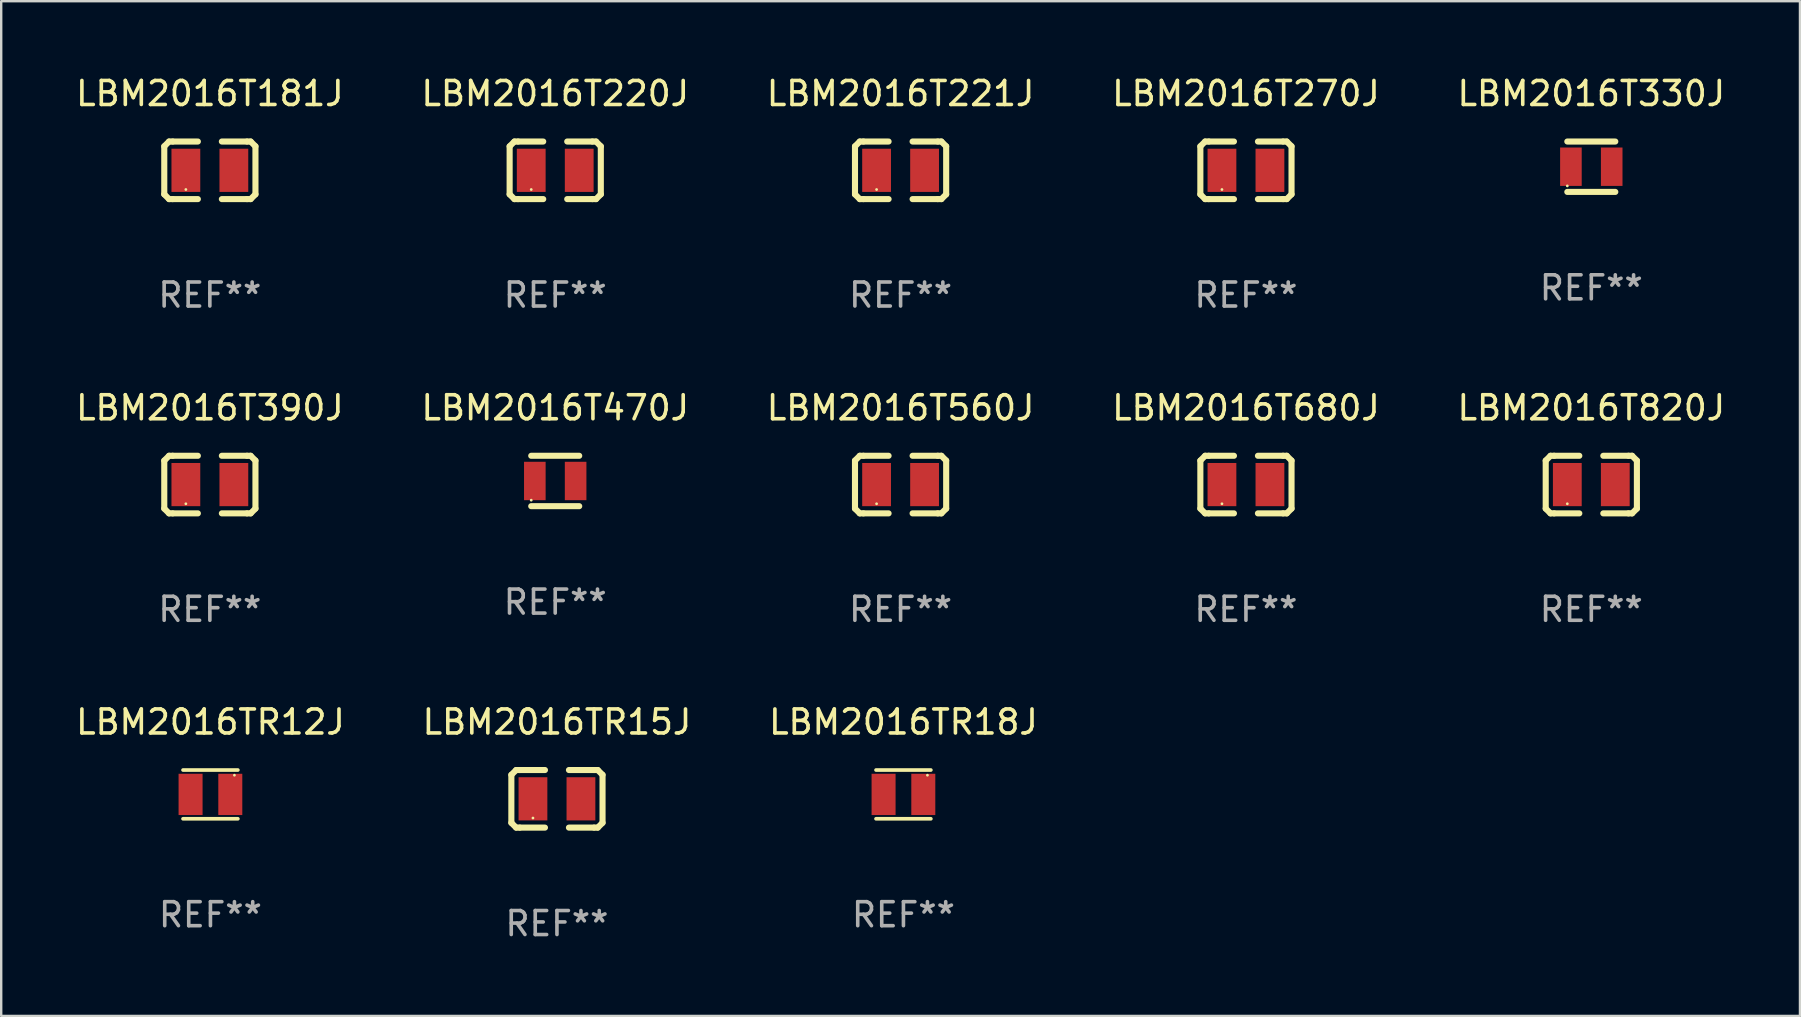
<source format=kicad_pcb>
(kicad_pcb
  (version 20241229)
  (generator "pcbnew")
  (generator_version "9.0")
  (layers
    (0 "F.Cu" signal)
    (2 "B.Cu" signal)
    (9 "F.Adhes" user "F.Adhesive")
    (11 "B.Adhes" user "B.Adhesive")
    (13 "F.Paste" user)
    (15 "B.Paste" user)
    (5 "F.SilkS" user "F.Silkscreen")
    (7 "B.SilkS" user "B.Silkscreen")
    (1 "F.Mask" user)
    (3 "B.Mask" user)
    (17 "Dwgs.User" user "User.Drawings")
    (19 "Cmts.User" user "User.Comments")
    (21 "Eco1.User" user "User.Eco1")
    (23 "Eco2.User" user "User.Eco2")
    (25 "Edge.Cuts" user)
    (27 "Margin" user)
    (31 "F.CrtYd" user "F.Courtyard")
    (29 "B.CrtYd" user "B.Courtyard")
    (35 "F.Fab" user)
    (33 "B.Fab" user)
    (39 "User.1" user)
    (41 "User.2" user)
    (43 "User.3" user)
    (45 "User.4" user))
  (footprint "LBM2016T181J"
    (layer "F.Cu")
    (at 5.696 4.048)
    (property "Reference" "LBM2016T181J" (at 0 -3.2 0) (layer "F.SilkS") (effects (font (size 1 1) (thickness 0.15))))
    (attr through_hole)
    (fp_line (start -1.9 -1) (end -1.9 1) (stroke (width 0.254) (type solid)) (layer "F.SilkS"))
    (fp_line (start -1.7 -1.2) (end -1.9 -1) (stroke (width 0.254) (type solid)) (layer "F.SilkS"))
    (fp_line (start -1.7 1.2) (end -1.9 1) (stroke (width 0.254) (type solid)) (layer "F.SilkS"))
    (fp_line (start -1.55 -1.2) (end -1.7 -1.2) (stroke (width 0.254) (type solid)) (layer "F.SilkS"))
    (fp_line (start -1.55 1.2) (end -1.7 1.2) (stroke (width 0.254) (type solid)) (layer "F.SilkS"))
    (fp_line (start -0.5 -1.2) (end -1.55 -1.2) (stroke (width 0.254) (type solid)) (layer "F.SilkS"))
    (fp_line (start -0.5 1.2) (end -1.55 1.2) (stroke (width 0.254) (type solid)) (layer "F.SilkS"))
    (fp_line (start 0.5 -1.2) (end 1.55 -1.2) (stroke (width 0.254) (type solid)) (layer "F.SilkS"))
    (fp_line (start 0.5 1.2) (end 1.55 1.2) (stroke (width 0.254) (type solid)) (layer "F.SilkS"))
    (fp_line (start 1.55 -1.2) (end 1.7 -1.2) (stroke (width 0.254) (type solid)) (layer "F.SilkS"))
    (fp_line (start 1.55 1.2) (end 1.7 1.2) (stroke (width 0.254) (type solid)) (layer "F.SilkS"))
    (fp_line (start 1.7 -1.2) (end 1.9 -1) (stroke (width 0.254) (type solid)) (layer "F.SilkS"))
    (fp_line (start 1.7 1.2) (end 1.9 1) (stroke (width 0.254) (type solid)) (layer "F.SilkS"))
    (fp_line (start 1.9 -1) (end 1.9 1) (stroke (width 0.254) (type solid)) (layer "F.SilkS"))
    (fp_circle (center -1 0.8) (end -0.97 0.8) (stroke (width 0.06) (type solid)) (fill no) (layer "F.SilkS"))
    (fp_text user "REF**" (at 0 5.2 0) (layer "F.Fab") (effects (font (size 1 1) (thickness 0.15))))
    (pad "1" smd rect (at -1 0) (size 1.2 1.8) (layers "F.Cu" "F.Mask" "F.Paste"))
    (pad "2" smd rect (at 1 0) (size 1.2 1.8) (layers "F.Cu" "F.Mask" "F.Paste")))
  (footprint "LBM2016TR15J"
    (layer "F.Cu")
    (at 20.161 30.241)
    (property "Reference" "LBM2016TR15J" (at 0 -3.2 0) (layer "F.SilkS") (effects (font (size 1 1) (thickness 0.15))))
    (attr through_hole)
    (fp_line (start -1.9 -1) (end -1.9 1) (stroke (width 0.254) (type solid)) (layer "F.SilkS"))
    (fp_line (start -1.7 -1.2) (end -1.9 -1) (stroke (width 0.254) (type solid)) (layer "F.SilkS"))
    (fp_line (start -1.7 1.2) (end -1.9 1) (stroke (width 0.254) (type solid)) (layer "F.SilkS"))
    (fp_line (start -1.55 -1.2) (end -1.7 -1.2) (stroke (width 0.254) (type solid)) (layer "F.SilkS"))
    (fp_line (start -1.55 1.2) (end -1.7 1.2) (stroke (width 0.254) (type solid)) (layer "F.SilkS"))
    (fp_line (start -0.5 -1.2) (end -1.55 -1.2) (stroke (width 0.254) (type solid)) (layer "F.SilkS"))
    (fp_line (start -0.5 1.2) (end -1.55 1.2) (stroke (width 0.254) (type solid)) (layer "F.SilkS"))
    (fp_line (start 0.5 -1.2) (end 1.55 -1.2) (stroke (width 0.254) (type solid)) (layer "F.SilkS"))
    (fp_line (start 0.5 1.2) (end 1.55 1.2) (stroke (width 0.254) (type solid)) (layer "F.SilkS"))
    (fp_line (start 1.55 -1.2) (end 1.7 -1.2) (stroke (width 0.254) (type solid)) (layer "F.SilkS"))
    (fp_line (start 1.55 1.2) (end 1.7 1.2) (stroke (width 0.254) (type solid)) (layer "F.SilkS"))
    (fp_line (start 1.7 -1.2) (end 1.9 -1) (stroke (width 0.254) (type solid)) (layer "F.SilkS"))
    (fp_line (start 1.7 1.2) (end 1.9 1) (stroke (width 0.254) (type solid)) (layer "F.SilkS"))
    (fp_line (start 1.9 -1) (end 1.9 1) (stroke (width 0.254) (type solid)) (layer "F.SilkS"))
    (fp_circle (center -1 0.8) (end -0.97 0.8) (stroke (width 0.06) (type solid)) (fill no) (layer "F.SilkS"))
    (fp_text user "REF**" (at 0 5.2 0) (layer "F.Fab") (effects (font (size 1 1) (thickness 0.15))))
    (pad "1" smd rect (at -1 0) (size 1.2 1.8) (layers "F.Cu" "F.Mask" "F.Paste"))
    (pad "2" smd rect (at 1 0) (size 1.2 1.8) (layers "F.Cu" "F.Mask" "F.Paste")))
  (footprint "LBM2016T390J"
    (layer "F.Cu")
    (at 5.696 17.145)
    (property "Reference" "LBM2016T390J" (at 0 -3.2 0) (layer "F.SilkS") (effects (font (size 1 1) (thickness 0.15))))
    (attr through_hole)
    (fp_line (start -1.9 -1) (end -1.9 1) (stroke (width 0.254) (type solid)) (layer "F.SilkS"))
    (fp_line (start -1.7 -1.2) (end -1.9 -1) (stroke (width 0.254) (type solid)) (layer "F.SilkS"))
    (fp_line (start -1.7 1.2) (end -1.9 1) (stroke (width 0.254) (type solid)) (layer "F.SilkS"))
    (fp_line (start -1.55 -1.2) (end -1.7 -1.2) (stroke (width 0.254) (type solid)) (layer "F.SilkS"))
    (fp_line (start -1.55 1.2) (end -1.7 1.2) (stroke (width 0.254) (type solid)) (layer "F.SilkS"))
    (fp_line (start -0.5 -1.2) (end -1.55 -1.2) (stroke (width 0.254) (type solid)) (layer "F.SilkS"))
    (fp_line (start -0.5 1.2) (end -1.55 1.2) (stroke (width 0.254) (type solid)) (layer "F.SilkS"))
    (fp_line (start 0.5 -1.2) (end 1.55 -1.2) (stroke (width 0.254) (type solid)) (layer "F.SilkS"))
    (fp_line (start 0.5 1.2) (end 1.55 1.2) (stroke (width 0.254) (type solid)) (layer "F.SilkS"))
    (fp_line (start 1.55 -1.2) (end 1.7 -1.2) (stroke (width 0.254) (type solid)) (layer "F.SilkS"))
    (fp_line (start 1.55 1.2) (end 1.7 1.2) (stroke (width 0.254) (type solid)) (layer "F.SilkS"))
    (fp_line (start 1.7 -1.2) (end 1.9 -1) (stroke (width 0.254) (type solid)) (layer "F.SilkS"))
    (fp_line (start 1.7 1.2) (end 1.9 1) (stroke (width 0.254) (type solid)) (layer "F.SilkS"))
    (fp_line (start 1.9 -1) (end 1.9 1) (stroke (width 0.254) (type solid)) (layer "F.SilkS"))
    (fp_circle (center -1 0.8) (end -0.97 0.8) (stroke (width 0.06) (type solid)) (fill no) (layer "F.SilkS"))
    (fp_text user "REF**" (at 0 5.2 0) (layer "F.Fab") (effects (font (size 1 1) (thickness 0.15))))
    (pad "1" smd rect (at -1 0) (size 1.2 1.8) (layers "F.Cu" "F.Mask" "F.Paste"))
    (pad "2" smd rect (at 1 0) (size 1.2 1.8) (layers "F.Cu" "F.Mask" "F.Paste")))
  (footprint "LBM2016T560J"
    (layer "F.Cu")
    (at 34.482 17.145)
    (property "Reference" "LBM2016T560J" (at 0 -3.2 0) (layer "F.SilkS") (effects (font (size 1 1) (thickness 0.15))))
    (attr through_hole)
    (fp_line (start -1.9 -1) (end -1.9 1) (stroke (width 0.254) (type solid)) (layer "F.SilkS"))
    (fp_line (start -1.7 -1.2) (end -1.9 -1) (stroke (width 0.254) (type solid)) (layer "F.SilkS"))
    (fp_line (start -1.7 1.2) (end -1.9 1) (stroke (width 0.254) (type solid)) (layer "F.SilkS"))
    (fp_line (start -1.55 -1.2) (end -1.7 -1.2) (stroke (width 0.254) (type solid)) (layer "F.SilkS"))
    (fp_line (start -1.55 1.2) (end -1.7 1.2) (stroke (width 0.254) (type solid)) (layer "F.SilkS"))
    (fp_line (start -0.5 -1.2) (end -1.55 -1.2) (stroke (width 0.254) (type solid)) (layer "F.SilkS"))
    (fp_line (start -0.5 1.2) (end -1.55 1.2) (stroke (width 0.254) (type solid)) (layer "F.SilkS"))
    (fp_line (start 0.5 -1.2) (end 1.55 -1.2) (stroke (width 0.254) (type solid)) (layer "F.SilkS"))
    (fp_line (start 0.5 1.2) (end 1.55 1.2) (stroke (width 0.254) (type solid)) (layer "F.SilkS"))
    (fp_line (start 1.55 -1.2) (end 1.7 -1.2) (stroke (width 0.254) (type solid)) (layer "F.SilkS"))
    (fp_line (start 1.55 1.2) (end 1.7 1.2) (stroke (width 0.254) (type solid)) (layer "F.SilkS"))
    (fp_line (start 1.7 -1.2) (end 1.9 -1) (stroke (width 0.254) (type solid)) (layer "F.SilkS"))
    (fp_line (start 1.7 1.2) (end 1.9 1) (stroke (width 0.254) (type solid)) (layer "F.SilkS"))
    (fp_line (start 1.9 -1) (end 1.9 1) (stroke (width 0.254) (type solid)) (layer "F.SilkS"))
    (fp_circle (center -1 0.8) (end -0.97 0.8) (stroke (width 0.06) (type solid)) (fill no) (layer "F.SilkS"))
    (fp_text user "REF**" (at 0 5.2 0) (layer "F.Fab") (effects (font (size 1 1) (thickness 0.15))))
    (pad "1" smd rect (at -1 0) (size 1.2 1.8) (layers "F.Cu" "F.Mask" "F.Paste"))
    (pad "2" smd rect (at 1 0) (size 1.2 1.8) (layers "F.Cu" "F.Mask" "F.Paste")))
  (footprint "LBM2016T221J"
    (layer "F.Cu")
    (at 34.482 4.048)
    (property "Reference" "LBM2016T221J" (at 0 -3.2 0) (layer "F.SilkS") (effects (font (size 1 1) (thickness 0.15))))
    (attr through_hole)
    (fp_line (start -1.9 -1) (end -1.9 1) (stroke (width 0.254) (type solid)) (layer "F.SilkS"))
    (fp_line (start -1.7 -1.2) (end -1.9 -1) (stroke (width 0.254) (type solid)) (layer "F.SilkS"))
    (fp_line (start -1.7 1.2) (end -1.9 1) (stroke (width 0.254) (type solid)) (layer "F.SilkS"))
    (fp_line (start -1.55 -1.2) (end -1.7 -1.2) (stroke (width 0.254) (type solid)) (layer "F.SilkS"))
    (fp_line (start -1.55 1.2) (end -1.7 1.2) (stroke (width 0.254) (type solid)) (layer "F.SilkS"))
    (fp_line (start -0.5 -1.2) (end -1.55 -1.2) (stroke (width 0.254) (type solid)) (layer "F.SilkS"))
    (fp_line (start -0.5 1.2) (end -1.55 1.2) (stroke (width 0.254) (type solid)) (layer "F.SilkS"))
    (fp_line (start 0.5 -1.2) (end 1.55 -1.2) (stroke (width 0.254) (type solid)) (layer "F.SilkS"))
    (fp_line (start 0.5 1.2) (end 1.55 1.2) (stroke (width 0.254) (type solid)) (layer "F.SilkS"))
    (fp_line (start 1.55 -1.2) (end 1.7 -1.2) (stroke (width 0.254) (type solid)) (layer "F.SilkS"))
    (fp_line (start 1.55 1.2) (end 1.7 1.2) (stroke (width 0.254) (type solid)) (layer "F.SilkS"))
    (fp_line (start 1.7 -1.2) (end 1.9 -1) (stroke (width 0.254) (type solid)) (layer "F.SilkS"))
    (fp_line (start 1.7 1.2) (end 1.9 1) (stroke (width 0.254) (type solid)) (layer "F.SilkS"))
    (fp_line (start 1.9 -1) (end 1.9 1) (stroke (width 0.254) (type solid)) (layer "F.SilkS"))
    (fp_circle (center -1 0.8) (end -0.97 0.8) (stroke (width 0.06) (type solid)) (fill no) (layer "F.SilkS"))
    (fp_text user "REF**" (at 0 5.2 0) (layer "F.Fab") (effects (font (size 1 1) (thickness 0.15))))
    (pad "1" smd rect (at -1 0) (size 1.2 1.8) (layers "F.Cu" "F.Mask" "F.Paste"))
    (pad "2" smd rect (at 1 0) (size 1.2 1.8) (layers "F.Cu" "F.Mask" "F.Paste")))
  (footprint "LBM2016TR18J"
    (layer "F.Cu")
    (at 34.601 30.057)
    (property "Reference" "LBM2016TR18J" (at 0 -3.016 0) (layer "F.SilkS") (effects (font (size 1 1) (thickness 0.15))))
    (attr through_hole)
    (fp_line (start -1.143 -1.016) (end 1.143 -1.016) (stroke (width 0.152) (type solid)) (layer "F.SilkS"))
    (fp_line (start 1.143 1.016) (end -1.143 1.016) (stroke (width 0.152) (type solid)) (layer "F.SilkS"))
    (fp_circle (center 1 -0.8) (end 1.03 -0.8) (stroke (width 0.06) (type solid)) (fill no) (layer "F.SilkS"))
    (fp_text user "REF**" (at 0 5.016 0) (layer "F.Fab") (effects (font (size 1 1) (thickness 0.15))))
    (pad "1" smd rect (at 0.828 0) (size 1 1.72) (layers "F.Cu" "F.Mask" "F.Paste"))
    (pad "2" smd rect (at -0.828 0) (size 1 1.72) (layers "F.Cu" "F.Mask" "F.Paste")))
  (footprint "LBM2016T820J"
    (layer "F.Cu")
    (at 63.268 17.145)
    (property "Reference" "LBM2016T820J" (at 0 -3.2 0) (layer "F.SilkS") (effects (font (size 1 1) (thickness 0.15))))
    (attr through_hole)
    (fp_line (start -1.9 -1) (end -1.9 1) (stroke (width 0.254) (type solid)) (layer "F.SilkS"))
    (fp_line (start -1.7 -1.2) (end -1.9 -1) (stroke (width 0.254) (type solid)) (layer "F.SilkS"))
    (fp_line (start -1.7 1.2) (end -1.9 1) (stroke (width 0.254) (type solid)) (layer "F.SilkS"))
    (fp_line (start -1.55 -1.2) (end -1.7 -1.2) (stroke (width 0.254) (type solid)) (layer "F.SilkS"))
    (fp_line (start -1.55 1.2) (end -1.7 1.2) (stroke (width 0.254) (type solid)) (layer "F.SilkS"))
    (fp_line (start -0.5 -1.2) (end -1.55 -1.2) (stroke (width 0.254) (type solid)) (layer "F.SilkS"))
    (fp_line (start -0.5 1.2) (end -1.55 1.2) (stroke (width 0.254) (type solid)) (layer "F.SilkS"))
    (fp_line (start 0.5 -1.2) (end 1.55 -1.2) (stroke (width 0.254) (type solid)) (layer "F.SilkS"))
    (fp_line (start 0.5 1.2) (end 1.55 1.2) (stroke (width 0.254) (type solid)) (layer "F.SilkS"))
    (fp_line (start 1.55 -1.2) (end 1.7 -1.2) (stroke (width 0.254) (type solid)) (layer "F.SilkS"))
    (fp_line (start 1.55 1.2) (end 1.7 1.2) (stroke (width 0.254) (type solid)) (layer "F.SilkS"))
    (fp_line (start 1.7 -1.2) (end 1.9 -1) (stroke (width 0.254) (type solid)) (layer "F.SilkS"))
    (fp_line (start 1.7 1.2) (end 1.9 1) (stroke (width 0.254) (type solid)) (layer "F.SilkS"))
    (fp_line (start 1.9 -1) (end 1.9 1) (stroke (width 0.254) (type solid)) (layer "F.SilkS"))
    (fp_circle (center -1 0.8) (end -0.97 0.8) (stroke (width 0.06) (type solid)) (fill no) (layer "F.SilkS"))
    (fp_text user "REF**" (at 0 5.2 0) (layer "F.Fab") (effects (font (size 1 1) (thickness 0.15))))
    (pad "1" smd rect (at -1 0) (size 1.2 1.8) (layers "F.Cu" "F.Mask" "F.Paste"))
    (pad "2" smd rect (at 1 0) (size 1.2 1.8) (layers "F.Cu" "F.Mask" "F.Paste")))
  (footprint "LBM2016T680J"
    (layer "F.Cu")
    (at 48.875 17.145)
    (property "Reference" "LBM2016T680J" (at 0 -3.2 0) (layer "F.SilkS") (effects (font (size 1 1) (thickness 0.15))))
    (attr through_hole)
    (fp_line (start -1.9 -1) (end -1.9 1) (stroke (width 0.254) (type solid)) (layer "F.SilkS"))
    (fp_line (start -1.7 -1.2) (end -1.9 -1) (stroke (width 0.254) (type solid)) (layer "F.SilkS"))
    (fp_line (start -1.7 1.2) (end -1.9 1) (stroke (width 0.254) (type solid)) (layer "F.SilkS"))
    (fp_line (start -1.55 -1.2) (end -1.7 -1.2) (stroke (width 0.254) (type solid)) (layer "F.SilkS"))
    (fp_line (start -1.55 1.2) (end -1.7 1.2) (stroke (width 0.254) (type solid)) (layer "F.SilkS"))
    (fp_line (start -0.5 -1.2) (end -1.55 -1.2) (stroke (width 0.254) (type solid)) (layer "F.SilkS"))
    (fp_line (start -0.5 1.2) (end -1.55 1.2) (stroke (width 0.254) (type solid)) (layer "F.SilkS"))
    (fp_line (start 0.5 -1.2) (end 1.55 -1.2) (stroke (width 0.254) (type solid)) (layer "F.SilkS"))
    (fp_line (start 0.5 1.2) (end 1.55 1.2) (stroke (width 0.254) (type solid)) (layer "F.SilkS"))
    (fp_line (start 1.55 -1.2) (end 1.7 -1.2) (stroke (width 0.254) (type solid)) (layer "F.SilkS"))
    (fp_line (start 1.55 1.2) (end 1.7 1.2) (stroke (width 0.254) (type solid)) (layer "F.SilkS"))
    (fp_line (start 1.7 -1.2) (end 1.9 -1) (stroke (width 0.254) (type solid)) (layer "F.SilkS"))
    (fp_line (start 1.7 1.2) (end 1.9 1) (stroke (width 0.254) (type solid)) (layer "F.SilkS"))
    (fp_line (start 1.9 -1) (end 1.9 1) (stroke (width 0.254) (type solid)) (layer "F.SilkS"))
    (fp_circle (center -1 0.8) (end -0.97 0.8) (stroke (width 0.06) (type solid)) (fill no) (layer "F.SilkS"))
    (fp_text user "REF**" (at 0 5.2 0) (layer "F.Fab") (effects (font (size 1 1) (thickness 0.15))))
    (pad "1" smd rect (at -1 0) (size 1.2 1.8) (layers "F.Cu" "F.Mask" "F.Paste"))
    (pad "2" smd rect (at 1 0) (size 1.2 1.8) (layers "F.Cu" "F.Mask" "F.Paste")))
  (footprint "LBM2016T220J"
    (layer "F.Cu")
    (at 20.089 4.048)
    (property "Reference" "LBM2016T220J" (at 0 -3.2 0) (layer "F.SilkS") (effects (font (size 1 1) (thickness 0.15))))
    (attr through_hole)
    (fp_line (start -1.9 -1) (end -1.9 1) (stroke (width 0.254) (type solid)) (layer "F.SilkS"))
    (fp_line (start -1.7 -1.2) (end -1.9 -1) (stroke (width 0.254) (type solid)) (layer "F.SilkS"))
    (fp_line (start -1.7 1.2) (end -1.9 1) (stroke (width 0.254) (type solid)) (layer "F.SilkS"))
    (fp_line (start -1.55 -1.2) (end -1.7 -1.2) (stroke (width 0.254) (type solid)) (layer "F.SilkS"))
    (fp_line (start -1.55 1.2) (end -1.7 1.2) (stroke (width 0.254) (type solid)) (layer "F.SilkS"))
    (fp_line (start -0.5 -1.2) (end -1.55 -1.2) (stroke (width 0.254) (type solid)) (layer "F.SilkS"))
    (fp_line (start -0.5 1.2) (end -1.55 1.2) (stroke (width 0.254) (type solid)) (layer "F.SilkS"))
    (fp_line (start 0.5 -1.2) (end 1.55 -1.2) (stroke (width 0.254) (type solid)) (layer "F.SilkS"))
    (fp_line (start 0.5 1.2) (end 1.55 1.2) (stroke (width 0.254) (type solid)) (layer "F.SilkS"))
    (fp_line (start 1.55 -1.2) (end 1.7 -1.2) (stroke (width 0.254) (type solid)) (layer "F.SilkS"))
    (fp_line (start 1.55 1.2) (end 1.7 1.2) (stroke (width 0.254) (type solid)) (layer "F.SilkS"))
    (fp_line (start 1.7 -1.2) (end 1.9 -1) (stroke (width 0.254) (type solid)) (layer "F.SilkS"))
    (fp_line (start 1.7 1.2) (end 1.9 1) (stroke (width 0.254) (type solid)) (layer "F.SilkS"))
    (fp_line (start 1.9 -1) (end 1.9 1) (stroke (width 0.254) (type solid)) (layer "F.SilkS"))
    (fp_circle (center -1 0.8) (end -0.97 0.8) (stroke (width 0.06) (type solid)) (fill no) (layer "F.SilkS"))
    (fp_text user "REF**" (at 0 5.2 0) (layer "F.Fab") (effects (font (size 1 1) (thickness 0.15))))
    (pad "1" smd rect (at -1 0) (size 1.2 1.8) (layers "F.Cu" "F.Mask" "F.Paste"))
    (pad "2" smd rect (at 1 0) (size 1.2 1.8) (layers "F.Cu" "F.Mask" "F.Paste")))
  (footprint "LBM2016T330J"
    (layer "F.Cu")
    (at 63.268 3.898)
    (property "Reference" "LBM2016T330J" (at 0 -3.05 0) (layer "F.SilkS") (effects (font (size 1 1) (thickness 0.15))))
    (attr through_hole)
    (fp_line (start -1 -1.05) (end 1 -1.05) (stroke (width 0.254) (type solid)) (layer "F.SilkS"))
    (fp_line (start -1 1.05) (end 1 1.05) (stroke (width 0.254) (type solid)) (layer "F.SilkS"))
    (fp_circle (center -1 0.8) (end -0.97 0.8) (stroke (width 0.06) (type solid)) (fill no) (layer "F.SilkS"))
    (fp_text user "REF**" (at 0 5.05 0) (layer "F.Fab") (effects (font (size 1 1) (thickness 0.15))))
    (pad "1" smd rect (at -0.85 0) (size 0.9 1.6) (layers "F.Cu" "F.Mask" "F.Paste"))
    (pad "2" smd rect (at 0.85 0) (size 0.9 1.6) (layers "F.Cu" "F.Mask" "F.Paste")))
  (footprint "LBM2016T270J"
    (layer "F.Cu")
    (at 48.875 4.048)
    (property "Reference" "LBM2016T270J" (at 0 -3.2 0) (layer "F.SilkS") (effects (font (size 1 1) (thickness 0.15))))
    (attr through_hole)
    (fp_line (start -1.9 -1) (end -1.9 1) (stroke (width 0.254) (type solid)) (layer "F.SilkS"))
    (fp_line (start -1.7 -1.2) (end -1.9 -1) (stroke (width 0.254) (type solid)) (layer "F.SilkS"))
    (fp_line (start -1.7 1.2) (end -1.9 1) (stroke (width 0.254) (type solid)) (layer "F.SilkS"))
    (fp_line (start -1.55 -1.2) (end -1.7 -1.2) (stroke (width 0.254) (type solid)) (layer "F.SilkS"))
    (fp_line (start -1.55 1.2) (end -1.7 1.2) (stroke (width 0.254) (type solid)) (layer "F.SilkS"))
    (fp_line (start -0.5 -1.2) (end -1.55 -1.2) (stroke (width 0.254) (type solid)) (layer "F.SilkS"))
    (fp_line (start -0.5 1.2) (end -1.55 1.2) (stroke (width 0.254) (type solid)) (layer "F.SilkS"))
    (fp_line (start 0.5 -1.2) (end 1.55 -1.2) (stroke (width 0.254) (type solid)) (layer "F.SilkS"))
    (fp_line (start 0.5 1.2) (end 1.55 1.2) (stroke (width 0.254) (type solid)) (layer "F.SilkS"))
    (fp_line (start 1.55 -1.2) (end 1.7 -1.2) (stroke (width 0.254) (type solid)) (layer "F.SilkS"))
    (fp_line (start 1.55 1.2) (end 1.7 1.2) (stroke (width 0.254) (type solid)) (layer "F.SilkS"))
    (fp_line (start 1.7 -1.2) (end 1.9 -1) (stroke (width 0.254) (type solid)) (layer "F.SilkS"))
    (fp_line (start 1.7 1.2) (end 1.9 1) (stroke (width 0.254) (type solid)) (layer "F.SilkS"))
    (fp_line (start 1.9 -1) (end 1.9 1) (stroke (width 0.254) (type solid)) (layer "F.SilkS"))
    (fp_circle (center -1 0.8) (end -0.97 0.8) (stroke (width 0.06) (type solid)) (fill no) (layer "F.SilkS"))
    (fp_text user "REF**" (at 0 5.2 0) (layer "F.Fab") (effects (font (size 1 1) (thickness 0.15))))
    (pad "1" smd rect (at -1 0) (size 1.2 1.8) (layers "F.Cu" "F.Mask" "F.Paste"))
    (pad "2" smd rect (at 1 0) (size 1.2 1.8) (layers "F.Cu" "F.Mask" "F.Paste")))
  (footprint "LBM2016TR12J"
    (layer "F.Cu")
    (at 5.72 30.057)
    (property "Reference" "LBM2016TR12J" (at 0 -3.016 0) (layer "F.SilkS") (effects (font (size 1 1) (thickness 0.15))))
    (attr through_hole)
    (fp_line (start -1.143 -1.016) (end 1.143 -1.016) (stroke (width 0.152) (type solid)) (layer "F.SilkS"))
    (fp_line (start 1.143 1.016) (end -1.143 1.016) (stroke (width 0.152) (type solid)) (layer "F.SilkS"))
    (fp_circle (center 1 -0.8) (end 1.03 -0.8) (stroke (width 0.06) (type solid)) (fill no) (layer "F.SilkS"))
    (fp_text user "REF**" (at 0 5.016 0) (layer "F.Fab") (effects (font (size 1 1) (thickness 0.15))))
    (pad "1" smd rect (at 0.828 0) (size 1 1.72) (layers "F.Cu" "F.Mask" "F.Paste"))
    (pad "2" smd rect (at -0.828 0) (size 1 1.72) (layers "F.Cu" "F.Mask" "F.Paste")))
  (footprint "LBM2016T470J"
    (layer "F.Cu")
    (at 20.089 16.995)
    (property "Reference" "LBM2016T470J" (at 0 -3.05 0) (layer "F.SilkS") (effects (font (size 1 1) (thickness 0.15))))
    (attr through_hole)
    (fp_line (start -1 -1.05) (end 1 -1.05) (stroke (width 0.254) (type solid)) (layer "F.SilkS"))
    (fp_line (start -1 1.05) (end 1 1.05) (stroke (width 0.254) (type solid)) (layer "F.SilkS"))
    (fp_circle (center -1 0.8) (end -0.97 0.8) (stroke (width 0.06) (type solid)) (fill no) (layer "F.SilkS"))
    (fp_text user "REF**" (at 0 5.05 0) (layer "F.Fab") (effects (font (size 1 1) (thickness 0.15))))
    (pad "1" smd rect (at -0.85 0) (size 0.9 1.6) (layers "F.Cu" "F.Mask" "F.Paste"))
    (pad "2" smd rect (at 0.85 0) (size 0.9 1.6) (layers "F.Cu" "F.Mask" "F.Paste")))
  (gr_rect
    (start -3 -3)
    (end 71.964 39.289)
    (stroke (width 0.1) (type default))
    (fill no)
    (layer "Edge.Cuts")))
</source>
